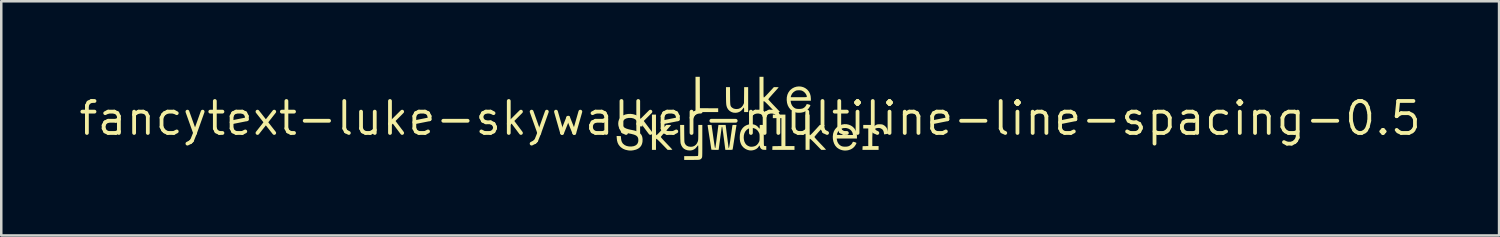
<source format=kicad_pcb>
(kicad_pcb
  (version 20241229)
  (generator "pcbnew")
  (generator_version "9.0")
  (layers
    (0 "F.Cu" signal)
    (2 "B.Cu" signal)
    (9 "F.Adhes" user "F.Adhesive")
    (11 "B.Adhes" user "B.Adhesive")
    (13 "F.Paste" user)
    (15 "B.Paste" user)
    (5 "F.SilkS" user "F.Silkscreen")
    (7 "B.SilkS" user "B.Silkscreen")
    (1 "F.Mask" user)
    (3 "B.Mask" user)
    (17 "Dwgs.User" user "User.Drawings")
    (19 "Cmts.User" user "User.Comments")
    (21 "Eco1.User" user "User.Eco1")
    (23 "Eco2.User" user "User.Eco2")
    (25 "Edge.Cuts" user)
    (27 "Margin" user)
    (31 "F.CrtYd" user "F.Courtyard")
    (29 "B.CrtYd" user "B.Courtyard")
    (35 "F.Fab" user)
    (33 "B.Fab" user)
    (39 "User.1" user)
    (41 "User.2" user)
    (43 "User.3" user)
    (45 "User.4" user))
  (footprint "fancytext-luke-skywalker-multiline-line-spacing-0.5"
    (layer "F.Cu")
    (at 26.738 1.65)
    (property "Reference" "fancytext-luke-skywalker-multiline-line-spacing-0.5" (at 0 0 0) (layer "F.SilkS") (effects (font (size 1.27 1.27) (thickness 0.15))))
    (attr board_only exclude_from_pos_files exclude_from_bom)
    (fp_poly (pts (xy -2.17 -0.95) (xy -2.17 -1.65) (xy -2.085 -1.65) (xy -2 -1.65) (xy -1.998 -1.028) (xy -1.995 -0.405) (xy -1.633 -0.402) (xy -1.27 -0.4) (xy -1.27 -0.325) (xy -1.27 -0.25) (xy -1.72 -0.25) (xy -2.17 -0.25) (xy -2.17 -0.95)) (stroke (width 0) (type solid)) (fill yes) (layer "F.SilkS"))
    (fp_poly (pts (xy 0.882 1.177) (xy 0.885 1.105) (xy 1.062 1.102) (xy 1.24 1.1) (xy 1.24 0.545) (xy 1.24 -0.01) (xy 1.07 -0.01) (xy 0.9 -0.01) (xy 0.9 -0.08) (xy 0.9 -0.15) (xy 1.15 -0.15) (xy 1.4 -0.15) (xy 1.4 0.475) (xy 1.4 1.1) (xy 1.58 1.1) (xy 1.76 1.1) (xy 1.76 1.175) (xy 1.76 1.25) (xy 1.32 1.25) (xy 0.879 1.25) (xy 0.882 1.177)) (stroke (width 0) (type solid)) (fill yes) (layer "F.SilkS"))
    (fp_poly (pts (xy -0.683 -0.231) (xy -0.754 -0.257) (xy -0.819 -0.299) (xy -0.872 -0.352) (xy -0.911 -0.415) (xy -0.912 -0.417) (xy -0.924 -0.447) (xy -0.934 -0.478) (xy -0.943 -0.513) (xy -0.949 -0.552) (xy -0.953 -0.6) (xy -0.956 -0.658) (xy -0.958 -0.729) (xy -0.959 -0.814) (xy -0.96 -0.917) (xy -0.96 -1.24) (xy -0.881 -1.24) (xy -0.801 -1.24) (xy -0.798 -0.892) (xy -0.797 -0.792) (xy -0.796 -0.71) (xy -0.794 -0.643) (xy -0.791 -0.59) (xy -0.787 -0.548) (xy -0.781 -0.516) (xy -0.772 -0.491) (xy -0.762 -0.471) (xy -0.748 -0.454) (xy -0.732 -0.438) (xy -0.718 -0.426) (xy -0.667 -0.393) (xy -0.604 -0.375) (xy -0.537 -0.37) (xy -0.462 -0.379) (xy -0.394 -0.406) (xy -0.337 -0.45) (xy -0.291 -0.51) (xy -0.274 -0.542) (xy -0.245 -0.605) (xy -0.242 -0.922) (xy -0.239 -1.24) (xy -0.159 -1.24) (xy -0.08 -1.24) (xy -0.08 -0.745) (xy -0.08 -0.25) (xy -0.16 -0.25) (xy -0.24 -0.25) (xy -0.24 -0.34) (xy -0.241 -0.38) (xy -0.244 -0.411) (xy -0.247 -0.428) (xy -0.249 -0.43) (xy -0.259 -0.422) (xy -0.276 -0.402) (xy -0.296 -0.374) (xy -0.349 -0.312) (xy -0.413 -0.265) (xy -0.486 -0.235) (xy -0.566 -0.221) (xy -0.65 -0.225) (xy -0.683 -0.231)) (stroke (width 0) (type solid)) (fill yes) (layer "F.SilkS"))
    (fp_poly (pts (xy 0.37 -0.95) (xy 0.37 -1.65) (xy 0.45 -1.65) (xy 0.53 -1.65) (xy 0.53 -1.24) (xy 0.53 -1.139) (xy 0.53 -1.055) (xy 0.531 -0.989) (xy 0.531 -0.936) (xy 0.532 -0.897) (xy 0.534 -0.869) (xy 0.536 -0.85) (xy 0.538 -0.838) (xy 0.542 -0.832) (xy 0.546 -0.83) (xy 0.548 -0.83) (xy 0.559 -0.837) (xy 0.582 -0.858) (xy 0.616 -0.89) (xy 0.657 -0.933) (xy 0.706 -0.984) (xy 0.753 -1.035) (xy 0.941 -1.24) (xy 1.036 -1.24) (xy 1.076 -1.239) (xy 1.108 -1.237) (xy 1.127 -1.234) (xy 1.13 -1.232) (xy 1.124 -1.223) (xy 1.105 -1.201) (xy 1.077 -1.168) (xy 1.039 -1.126) (xy 0.995 -1.077) (xy 0.946 -1.022) (xy 0.925 -1) (xy 0.874 -0.943) (xy 0.828 -0.89) (xy 0.787 -0.844) (xy 0.755 -0.805) (xy 0.733 -0.777) (xy 0.721 -0.76) (xy 0.72 -0.757) (xy 0.727 -0.746) (xy 0.746 -0.723) (xy 0.776 -0.688) (xy 0.815 -0.645) (xy 0.861 -0.595) (xy 0.913 -0.54) (xy 0.948 -0.504) (xy 1.002 -0.447) (xy 1.053 -0.395) (xy 1.097 -0.348) (xy 1.133 -0.31) (xy 1.16 -0.281) (xy 1.175 -0.263) (xy 1.178 -0.259) (xy 1.171 -0.255) (xy 1.146 -0.252) (xy 1.109 -0.251) (xy 1.083 -0.251) (xy 0.985 -0.251) (xy 0.78 -0.465) (xy 0.714 -0.534) (xy 0.66 -0.588) (xy 0.618 -0.629) (xy 0.587 -0.657) (xy 0.565 -0.674) (xy 0.553 -0.68) (xy 0.552 -0.68) (xy 0.53 -0.68) (xy 0.53 -0.465) (xy 0.53 -0.25) (xy 0.45 -0.25) (xy 0.37 -0.25) (xy 0.37 -0.95)) (stroke (width 0) (type solid)) (fill yes) (layer "F.SilkS"))
    (fp_poly (pts (xy 4.462 1.177) (xy 4.465 1.105) (xy 4.577 1.102) (xy 4.69 1.099) (xy 4.69 0.75) (xy 4.69 0.4) (xy 4.59 0.4) (xy 4.49 0.4) (xy 4.49 0.33) (xy 4.49 0.26) (xy 4.67 0.26) (xy 4.85 0.26) (xy 4.85 0.326) (xy 4.851 0.359) (xy 4.854 0.381) (xy 4.859 0.388) (xy 4.869 0.379) (xy 4.887 0.359) (xy 4.902 0.34) (xy 4.934 0.306) (xy 4.975 0.275) (xy 4.99 0.265) (xy 5.018 0.251) (xy 5.042 0.242) (xy 5.069 0.237) (xy 5.106 0.235) (xy 5.14 0.235) (xy 5.191 0.236) (xy 5.229 0.24) (xy 5.259 0.247) (xy 5.281 0.256) (xy 5.348 0.298) (xy 5.401 0.353) (xy 5.434 0.41) (xy 5.448 0.446) (xy 5.461 0.487) (xy 5.471 0.529) (xy 5.477 0.566) (xy 5.479 0.594) (xy 5.476 0.607) (xy 5.464 0.612) (xy 5.437 0.618) (xy 5.401 0.624) (xy 5.395 0.625) (xy 5.32 0.637) (xy 5.315 0.601) (xy 5.302 0.537) (xy 5.285 0.488) (xy 5.262 0.452) (xy 5.229 0.424) (xy 5.195 0.404) (xy 5.161 0.389) (xy 5.131 0.382) (xy 5.096 0.381) (xy 5.071 0.382) (xy 5.007 0.392) (xy 4.956 0.417) (xy 4.913 0.459) (xy 4.901 0.475) (xy 4.886 0.5) (xy 4.874 0.526) (xy 4.865 0.557) (xy 4.859 0.595) (xy 4.854 0.643) (xy 4.852 0.703) (xy 4.85 0.779) (xy 4.85 0.857) (xy 4.85 1.1) (xy 4.975 1.1) (xy 5.1 1.1) (xy 5.1 1.175) (xy 5.1 1.25) (xy 4.78 1.25) (xy 4.459 1.25) (xy 4.462 1.177)) (stroke (width 0) (type solid)) (fill yes) (layer "F.SilkS"))
    (fp_poly (pts (xy -3.9 0.55) (xy -3.9 -0.15) (xy -3.82 -0.15) (xy -3.74 -0.15) (xy -3.74 0.26) (xy -3.74 0.361) (xy -3.74 0.445) (xy -3.739 0.512) (xy -3.739 0.564) (xy -3.738 0.603) (xy -3.736 0.631) (xy -3.734 0.65) (xy -3.731 0.662) (xy -3.728 0.668) (xy -3.724 0.67) (xy -3.723 0.67) (xy -3.711 0.662) (xy -3.689 0.642) (xy -3.656 0.61) (xy -3.616 0.569) (xy -3.571 0.52) (xy -3.521 0.466) (xy -3.52 0.465) (xy -3.335 0.262) (xy -3.237 0.261) (xy -3.195 0.261) (xy -3.163 0.263) (xy -3.145 0.266) (xy -3.142 0.269) (xy -3.149 0.278) (xy -3.168 0.301) (xy -3.197 0.334) (xy -3.235 0.376) (xy -3.279 0.426) (xy -3.328 0.481) (xy -3.345 0.499) (xy -3.396 0.555) (xy -3.442 0.608) (xy -3.482 0.654) (xy -3.514 0.692) (xy -3.536 0.72) (xy -3.547 0.736) (xy -3.548 0.738) (xy -3.542 0.75) (xy -3.522 0.776) (xy -3.488 0.816) (xy -3.441 0.867) (xy -3.381 0.931) (xy -3.321 0.995) (xy -3.266 1.053) (xy -3.215 1.106) (xy -3.171 1.152) (xy -3.135 1.191) (xy -3.109 1.22) (xy -3.093 1.238) (xy -3.09 1.242) (xy -3.099 1.246) (xy -3.124 1.248) (xy -3.16 1.25) (xy -3.184 1.25) (xy -3.278 1.25) (xy -3.491 1.03) (xy -3.548 0.971) (xy -3.6 0.92) (xy -3.645 0.876) (xy -3.681 0.842) (xy -3.707 0.82) (xy -3.721 0.81) (xy -3.722 0.81) (xy -3.728 0.811) (xy -3.732 0.816) (xy -3.736 0.828) (xy -3.738 0.848) (xy -3.739 0.88) (xy -3.74 0.925) (xy -3.74 0.987) (xy -3.74 1.03) (xy -3.74 1.25) (xy -3.82 1.25) (xy -3.9 1.25) (xy -3.9 0.55)) (stroke (width 0) (type solid)) (fill yes) (layer "F.SilkS"))
    (fp_poly (pts (xy 2.2 0.55) (xy 2.2 -0.15) (xy 2.28 -0.15) (xy 2.36 -0.15) (xy 2.36 0.26) (xy 2.36 0.361) (xy 2.36 0.445) (xy 2.361 0.512) (xy 2.361 0.564) (xy 2.362 0.603) (xy 2.364 0.631) (xy 2.366 0.65) (xy 2.369 0.662) (xy 2.372 0.668) (xy 2.376 0.67) (xy 2.377 0.67) (xy 2.389 0.662) (xy 2.411 0.642) (xy 2.444 0.61) (xy 2.484 0.569) (xy 2.529 0.52) (xy 2.579 0.466) (xy 2.58 0.465) (xy 2.765 0.262) (xy 2.863 0.261) (xy 2.905 0.261) (xy 2.937 0.263) (xy 2.955 0.266) (xy 2.958 0.269) (xy 2.951 0.278) (xy 2.932 0.301) (xy 2.903 0.334) (xy 2.865 0.376) (xy 2.821 0.426) (xy 2.772 0.481) (xy 2.755 0.499) (xy 2.704 0.555) (xy 2.658 0.608) (xy 2.618 0.654) (xy 2.586 0.692) (xy 2.564 0.72) (xy 2.553 0.736) (xy 2.552 0.738) (xy 2.558 0.75) (xy 2.578 0.776) (xy 2.612 0.816) (xy 2.659 0.867) (xy 2.719 0.931) (xy 2.779 0.995) (xy 2.834 1.053) (xy 2.885 1.106) (xy 2.929 1.152) (xy 2.965 1.191) (xy 2.991 1.22) (xy 3.007 1.238) (xy 3.01 1.242) (xy 3.001 1.246) (xy 2.976 1.248) (xy 2.94 1.25) (xy 2.916 1.25) (xy 2.822 1.25) (xy 2.609 1.03) (xy 2.552 0.971) (xy 2.5 0.92) (xy 2.455 0.876) (xy 2.419 0.842) (xy 2.393 0.82) (xy 2.379 0.81) (xy 2.378 0.81) (xy 2.372 0.811) (xy 2.368 0.816) (xy 2.364 0.828) (xy 2.362 0.848) (xy 2.361 0.88) (xy 2.36 0.925) (xy 2.36 0.987) (xy 2.36 1.03) (xy 2.36 1.25) (xy 2.28 1.25) (xy 2.2 1.25) (xy 2.2 0.55)) (stroke (width 0) (type solid)) (fill yes) (layer "F.SilkS"))
    (fp_poly (pts (xy 3.831 0.232) (xy 3.92 0.252) (xy 4.001 0.286) (xy 4.079 0.339) (xy 4.142 0.406) (xy 4.19 0.484) (xy 4.222 0.574) (xy 4.238 0.675) (xy 4.24 0.724) (xy 4.24 0.8) (xy 3.437 0.8) (xy 3.444 0.853) (xy 3.463 0.927) (xy 3.498 0.994) (xy 3.546 1.05) (xy 3.606 1.093) (xy 3.623 1.101) (xy 3.675 1.117) (xy 3.739 1.125) (xy 3.806 1.125) (xy 3.871 1.116) (xy 3.909 1.106) (xy 3.958 1.082) (xy 4.004 1.046) (xy 4.041 1.004) (xy 4.061 0.966) (xy 4.072 0.943) (xy 4.084 0.931) (xy 4.087 0.93) (xy 4.112 0.933) (xy 4.143 0.941) (xy 4.175 0.952) (xy 4.202 0.963) (xy 4.218 0.973) (xy 4.22 0.977) (xy 4.214 1.001) (xy 4.198 1.034) (xy 4.174 1.073) (xy 4.146 1.112) (xy 4.125 1.138) (xy 4.068 1.188) (xy 3.998 1.229) (xy 3.92 1.258) (xy 3.865 1.27) (xy 3.813 1.276) (xy 3.772 1.278) (xy 3.73 1.276) (xy 3.679 1.269) (xy 3.678 1.269) (xy 3.602 1.249) (xy 3.525 1.214) (xy 3.455 1.166) (xy 3.438 1.151) (xy 3.381 1.086) (xy 3.336 1.007) (xy 3.304 0.918) (xy 3.285 0.822) (xy 3.281 0.722) (xy 3.289 0.649) (xy 3.445 0.649) (xy 3.446 0.652) (xy 3.457 0.654) (xy 3.486 0.656) (xy 3.529 0.657) (xy 3.585 0.659) (xy 3.652 0.659) (xy 3.726 0.66) (xy 3.767 0.66) (xy 4.083 0.66) (xy 4.076 0.619) (xy 4.056 0.552) (xy 4.019 0.493) (xy 3.968 0.445) (xy 3.905 0.409) (xy 3.832 0.387) (xy 3.789 0.382) (xy 3.704 0.386) (xy 3.629 0.407) (xy 3.563 0.446) (xy 3.507 0.501) (xy 3.504 0.505) (xy 3.487 0.532) (xy 3.471 0.565) (xy 3.457 0.599) (xy 3.448 0.629) (xy 3.445 0.649) (xy 3.289 0.649) (xy 3.292 0.621) (xy 3.295 0.607) (xy 3.323 0.518) (xy 3.367 0.44) (xy 3.424 0.372) (xy 3.493 0.316) (xy 3.57 0.273) (xy 3.654 0.244) (xy 3.741 0.23)) (stroke (width 0) (type solid)) (fill yes) (layer "F.SilkS"))
    (fp_poly (pts (xy 2.015 -1.263) (xy 2.103 -1.241) (xy 2.185 -1.203) (xy 2.259 -1.148) (xy 2.274 -1.134) (xy 2.333 -1.062) (xy 2.375 -0.98) (xy 2.401 -0.888) (xy 2.41 -0.784) (xy 2.41 -0.775) (xy 2.41 -0.7) (xy 1.607 -0.7) (xy 1.613 -0.649) (xy 1.631 -0.576) (xy 1.664 -0.509) (xy 1.711 -0.451) (xy 1.767 -0.408) (xy 1.789 -0.396) (xy 1.835 -0.382) (xy 1.893 -0.375) (xy 1.957 -0.373) (xy 2.019 -0.379) (xy 2.074 -0.39) (xy 2.098 -0.399) (xy 2.157 -0.436) (xy 2.205 -0.488) (xy 2.228 -0.529) (xy 2.239 -0.552) (xy 2.246 -0.567) (xy 2.247 -0.568) (xy 2.256 -0.568) (xy 2.281 -0.563) (xy 2.314 -0.555) (xy 2.319 -0.554) (xy 2.36 -0.541) (xy 2.384 -0.53) (xy 2.39 -0.522) (xy 2.384 -0.498) (xy 2.367 -0.464) (xy 2.343 -0.425) (xy 2.315 -0.386) (xy 2.285 -0.351) (xy 2.274 -0.34) (xy 2.204 -0.286) (xy 2.126 -0.249) (xy 2.05 -0.231) (xy 1.989 -0.224) (xy 1.924 -0.222) (xy 1.867 -0.225) (xy 1.85 -0.227) (xy 1.809 -0.237) (xy 1.759 -0.254) (xy 1.71 -0.275) (xy 1.67 -0.297) (xy 1.665 -0.3) (xy 1.596 -0.359) (xy 1.538 -0.433) (xy 1.494 -0.517) (xy 1.466 -0.609) (xy 1.464 -0.617) (xy 1.451 -0.731) (xy 1.455 -0.837) (xy 1.456 -0.84) (xy 1.61 -0.84) (xy 1.93 -0.84) (xy 2.018 -0.84) (xy 2.089 -0.84) (xy 2.143 -0.841) (xy 2.184 -0.842) (xy 2.213 -0.843) (xy 2.232 -0.845) (xy 2.243 -0.848) (xy 2.248 -0.852) (xy 2.25 -0.857) (xy 2.25 -0.858) (xy 2.241 -0.908) (xy 2.217 -0.96) (xy 2.18 -1.01) (xy 2.134 -1.054) (xy 2.082 -1.087) (xy 2.051 -1.101) (xy 2.023 -1.109) (xy 1.991 -1.114) (xy 1.947 -1.115) (xy 1.935 -1.115) (xy 1.888 -1.114) (xy 1.854 -1.111) (xy 1.825 -1.103) (xy 1.795 -1.09) (xy 1.788 -1.087) (xy 1.723 -1.044) (xy 1.67 -0.987) (xy 1.632 -0.918) (xy 1.616 -0.868) (xy 1.61 -0.84) (xy 1.456 -0.84) (xy 1.477 -0.935) (xy 1.516 -1.023) (xy 1.572 -1.102) (xy 1.594 -1.126) (xy 1.667 -1.186) (xy 1.749 -1.23) (xy 1.836 -1.257) (xy 1.926 -1.268)) (stroke (width 0) (type solid)) (fill yes) (layer "F.SilkS"))
    (fp_poly (pts (xy -2.62 1.575) (xy -2.62 1.5) (xy -2.352 1.5) (xy -2.264 1.5) (xy -2.194 1.499) (xy -2.142 1.497) (xy -2.105 1.495) (xy -2.082 1.492) (xy -2.072 1.488) (xy -2.068 1.475) (xy -2.065 1.447) (xy -2.063 1.406) (xy -2.061 1.356) (xy -2.06 1.302) (xy -2.06 1.246) (xy -2.06 1.193) (xy -2.061 1.144) (xy -2.062 1.106) (xy -2.065 1.08) (xy -2.068 1.07) (xy -2.068 1.07) (xy -2.078 1.078) (xy -2.095 1.098) (xy -2.114 1.124) (xy -2.169 1.189) (xy -2.234 1.236) (xy -2.307 1.265) (xy -2.388 1.276) (xy -2.476 1.268) (xy -2.489 1.266) (xy -2.569 1.241) (xy -2.634 1.203) (xy -2.688 1.149) (xy -2.73 1.08) (xy -2.758 1.005) (xy -2.762 0.986) (xy -2.766 0.958) (xy -2.769 0.921) (xy -2.771 0.871) (xy -2.774 0.808) (xy -2.775 0.729) (xy -2.777 0.632) (xy -2.777 0.608) (xy -2.782 0.26) (xy -2.702 0.26) (xy -2.621 0.26) (xy -2.618 0.603) (xy -2.617 0.694) (xy -2.616 0.769) (xy -2.615 0.827) (xy -2.614 0.873) (xy -2.612 0.908) (xy -2.61 0.934) (xy -2.607 0.954) (xy -2.602 0.97) (xy -2.597 0.984) (xy -2.591 0.999) (xy -2.557 1.053) (xy -2.51 1.092) (xy -2.449 1.117) (xy -2.432 1.121) (xy -2.351 1.129) (xy -2.276 1.119) (xy -2.21 1.091) (xy -2.154 1.047) (xy -2.109 0.988) (xy -2.077 0.913) (xy -2.076 0.91) (xy -2.071 0.89) (xy -2.067 0.866) (xy -2.064 0.834) (xy -2.062 0.793) (xy -2.061 0.74) (xy -2.06 0.672) (xy -2.06 0.588) (xy -2.06 0.558) (xy -2.06 0.26) (xy -1.98 0.26) (xy -1.9 0.26) (xy -1.9 0.895) (xy -1.9 1.024) (xy -1.9 1.134) (xy -1.9 1.227) (xy -1.901 1.305) (xy -1.901 1.369) (xy -1.902 1.42) (xy -1.903 1.461) (xy -1.904 1.493) (xy -1.906 1.517) (xy -1.909 1.534) (xy -1.911 1.548) (xy -1.915 1.558) (xy -1.918 1.567) (xy -1.921 1.571) (xy -1.948 1.608) (xy -1.983 1.631) (xy -1.997 1.636) (xy -2.012 1.64) (xy -2.032 1.644) (xy -2.058 1.646) (xy -2.093 1.648) (xy -2.14 1.649) (xy -2.201 1.649) (xy -2.278 1.65) (xy -2.322 1.65) (xy -2.62 1.65) (xy -2.62 1.575)) (stroke (width 0) (type solid)) (fill yes) (layer "F.SilkS"))
    (fp_poly (pts (xy 0.088 0.233) (xy 0.162 0.248) (xy 0.231 0.277) (xy 0.289 0.319) (xy 0.322 0.355) (xy 0.343 0.382) (xy 0.361 0.401) (xy 0.37 0.408) (xy 0.375 0.401) (xy 0.379 0.376) (xy 0.38 0.336) (xy 0.38 0.26) (xy 0.54 0.26) (xy 0.54 0.668) (xy 0.54 0.777) (xy 0.541 0.867) (xy 0.542 0.94) (xy 0.543 0.997) (xy 0.545 1.038) (xy 0.547 1.067) (xy 0.55 1.083) (xy 0.552 1.088) (xy 0.569 1.096) (xy 0.597 1.1) (xy 0.602 1.1) (xy 0.64 1.1) (xy 0.64 1.25) (xy 0.575 1.25) (xy 0.535 1.248) (xy 0.498 1.242) (xy 0.477 1.236) (xy 0.435 1.209) (xy 0.403 1.168) (xy 0.386 1.121) (xy 0.386 1.121) (xy 0.379 1.091) (xy 0.369 1.082) (xy 0.356 1.091) (xy 0.346 1.107) (xy 0.307 1.163) (xy 0.252 1.209) (xy 0.186 1.244) (xy 0.112 1.266) (xy 0.034 1.275) (xy -0.04 1.269) (xy -0.123 1.245) (xy -0.202 1.205) (xy -0.27 1.152) (xy -0.326 1.088) (xy -0.349 1.051) (xy -0.378 0.986) (xy -0.398 0.919) (xy -0.41 0.844) (xy -0.413 0.761) (xy -0.256 0.761) (xy -0.251 0.831) (xy -0.231 0.917) (xy -0.197 0.989) (xy -0.15 1.048) (xy -0.089 1.092) (xy -0.015 1.121) (xy -0.015 1.121) (xy 0.032 1.127) (xy 0.088 1.125) (xy 0.146 1.115) (xy 0.196 1.099) (xy 0.206 1.095) (xy 0.264 1.056) (xy 0.314 1) (xy 0.352 0.934) (xy 0.362 0.911) (xy 0.368 0.888) (xy 0.372 0.86) (xy 0.374 0.822) (xy 0.375 0.771) (xy 0.375 0.755) (xy 0.375 0.7) (xy 0.373 0.66) (xy 0.37 0.631) (xy 0.364 0.607) (xy 0.356 0.584) (xy 0.349 0.57) (xy 0.311 0.504) (xy 0.264 0.453) (xy 0.205 0.414) (xy 0.198 0.41) (xy 0.126 0.385) (xy 0.052 0.379) (xy -0.021 0.39) (xy -0.09 0.42) (xy -0.139 0.456) (xy -0.191 0.516) (xy -0.228 0.588) (xy -0.25 0.67) (xy -0.256 0.761) (xy -0.413 0.761) (xy -0.413 0.756) (xy -0.413 0.75) (xy -0.408 0.647) (xy -0.39 0.558) (xy -0.361 0.48) (xy -0.317 0.41) (xy -0.278 0.363) (xy -0.216 0.31) (xy -0.145 0.271) (xy -0.069 0.245) (xy 0.009 0.232)) (stroke (width 0) (type solid)) (fill yes) (layer "F.SilkS"))
    (fp_poly (pts (xy -4.855 1.269) (xy -4.957 1.246) (xy -5.05 1.207) (xy -5.131 1.151) (xy -5.173 1.111) (xy -5.225 1.044) (xy -5.262 0.969) (xy -5.286 0.882) (xy -5.297 0.792) (xy -5.303 0.699) (xy -5.219 0.702) (xy -5.135 0.705) (xy -5.128 0.792) (xy -5.117 0.87) (xy -5.096 0.935) (xy -5.063 0.989) (xy -5.042 1.013) (xy -4.982 1.061) (xy -4.909 1.095) (xy -4.824 1.114) (xy -4.73 1.118) (xy -4.711 1.117) (xy -4.627 1.105) (xy -4.559 1.079) (xy -4.506 1.041) (xy -4.468 0.991) (xy -4.446 0.929) (xy -4.44 0.867) (xy -4.444 0.811) (xy -4.457 0.764) (xy -4.481 0.724) (xy -4.517 0.691) (xy -4.566 0.663) (xy -4.632 0.64) (xy -4.715 0.618) (xy -4.787 0.604) (xy -4.892 0.582) (xy -4.979 0.556) (xy -5.05 0.526) (xy -5.108 0.49) (xy -5.155 0.448) (xy -5.187 0.407) (xy -5.216 0.348) (xy -5.234 0.277) (xy -5.239 0.202) (xy -5.232 0.128) (xy -5.212 0.06) (xy -5.206 0.045) (xy -5.173 -0.005) (xy -5.128 -0.055) (xy -5.077 -0.098) (xy -5.04 -0.12) (xy -4.951 -0.155) (xy -4.854 -0.174) (xy -4.753 -0.178) (xy -4.652 -0.166) (xy -4.555 -0.138) (xy -4.516 -0.122) (xy -4.44 -0.077) (xy -4.38 -0.021) (xy -4.332 0.049) (xy -4.324 0.065) (xy -4.305 0.106) (xy -4.293 0.14) (xy -4.287 0.177) (xy -4.283 0.224) (xy -4.282 0.229) (xy -4.277 0.32) (xy -4.364 0.32) (xy -4.45 0.32) (xy -4.45 0.264) (xy -4.455 0.198) (xy -4.473 0.143) (xy -4.505 0.094) (xy -4.512 0.085) (xy -4.565 0.037) (xy -4.629 0.004) (xy -4.704 -0.014) (xy -4.75 -0.018) (xy -4.837 -0.016) (xy -4.911 -0.000072) (xy -4.973 0.028) (xy -5.02 0.068) (xy -5.053 0.118) (xy -5.068 0.179) (xy -5.07 0.207) (xy -5.065 0.26) (xy -5.049 0.305) (xy -5.021 0.343) (xy -4.979 0.376) (xy -4.922 0.404) (xy -4.848 0.428) (xy -4.757 0.45) (xy -4.709 0.459) (xy -4.613 0.479) (xy -4.534 0.501) (xy -4.469 0.527) (xy -4.415 0.558) (xy -4.369 0.595) (xy -4.358 0.607) (xy -4.319 0.655) (xy -4.293 0.71) (xy -4.278 0.776) (xy -4.272 0.837) (xy -4.276 0.934) (xy -4.296 1.019) (xy -4.332 1.093) (xy -4.384 1.155) (xy -4.451 1.204) (xy -4.534 1.242) (xy -4.632 1.266) (xy -4.654 1.269) (xy -4.706 1.276) (xy -4.748 1.278) (xy -4.789 1.277) (xy -4.838 1.272) (xy -4.855 1.269)) (stroke (width 0) (type solid)) (fill yes) (layer "F.SilkS"))
    (fp_poly (pts (xy -1.54 1.242) (xy -1.542 1.231) (xy -1.546 1.202) (xy -1.553 1.158) (xy -1.562 1.099) (xy -1.573 1.028) (xy -1.585 0.948) (xy -1.599 0.859) (xy -1.614 0.764) (xy -1.615 0.76) (xy -1.63 0.665) (xy -1.644 0.575) (xy -1.657 0.494) (xy -1.668 0.422) (xy -1.677 0.362) (xy -1.684 0.316) (xy -1.688 0.285) (xy -1.69 0.273) (xy -1.69 0.273) (xy -1.683 0.266) (xy -1.661 0.262) (xy -1.621 0.26) (xy -1.612 0.26) (xy -1.533 0.26) (xy -1.469 0.711) (xy -1.456 0.804) (xy -1.443 0.891) (xy -1.431 0.97) (xy -1.421 1.038) (xy -1.412 1.095) (xy -1.405 1.138) (xy -1.4 1.165) (xy -1.398 1.173) (xy -1.388 1.179) (xy -1.384 1.178) (xy -1.382 1.167) (xy -1.377 1.138) (xy -1.37 1.093) (xy -1.362 1.035) (xy -1.352 0.964) (xy -1.341 0.884) (xy -1.33 0.796) (xy -1.32 0.718) (xy -1.308 0.625) (xy -1.296 0.539) (xy -1.286 0.461) (xy -1.278 0.393) (xy -1.27 0.337) (xy -1.265 0.295) (xy -1.262 0.27) (xy -1.261 0.263) (xy -1.251 0.262) (xy -1.225 0.261) (xy -1.186 0.26) (xy -1.138 0.26) (xy -1.117 0.26) (xy -0.974 0.26) (xy -0.916 0.718) (xy -0.904 0.811) (xy -0.893 0.898) (xy -0.882 0.977) (xy -0.873 1.046) (xy -0.866 1.102) (xy -0.86 1.145) (xy -0.856 1.171) (xy -0.854 1.179) (xy -0.849 1.181) (xy -0.845 1.175) (xy -0.839 1.161) (xy -0.833 1.137) (xy -0.826 1.101) (xy -0.818 1.053) (xy -0.808 0.989) (xy -0.796 0.91) (xy -0.782 0.814) (xy -0.771 0.735) (xy -0.758 0.644) (xy -0.745 0.558) (xy -0.734 0.48) (xy -0.724 0.412) (xy -0.716 0.356) (xy -0.71 0.315) (xy -0.706 0.289) (xy -0.705 0.282) (xy -0.701 0.271) (xy -0.692 0.265) (xy -0.675 0.261) (xy -0.644 0.26) (xy -0.62 0.26) (xy -0.58 0.26) (xy -0.557 0.262) (xy -0.546 0.266) (xy -0.543 0.273) (xy -0.545 0.282) (xy -0.548 0.297) (xy -0.553 0.329) (xy -0.561 0.376) (xy -0.57 0.437) (xy -0.582 0.51) (xy -0.595 0.591) (xy -0.609 0.68) (xy -0.62 0.755) (xy -0.635 0.848) (xy -0.648 0.936) (xy -0.661 1.016) (xy -0.672 1.086) (xy -0.681 1.145) (xy -0.689 1.189) (xy -0.693 1.218) (xy -0.695 1.228) (xy -0.698 1.236) (xy -0.704 1.242) (xy -0.715 1.246) (xy -0.736 1.249) (xy -0.769 1.25) (xy -0.818 1.25) (xy -0.843 1.25) (xy -0.986 1.25) (xy -1.044 0.797) (xy -1.057 0.704) (xy -1.068 0.617) (xy -1.079 0.539) (xy -1.089 0.47) (xy -1.097 0.413) (xy -1.104 0.37) (xy -1.109 0.344) (xy -1.111 0.336) (xy -1.123 0.331) (xy -1.125 0.332) (xy -1.127 0.342) (xy -1.132 0.37) (xy -1.138 0.413) (xy -1.146 0.468) (xy -1.155 0.534) (xy -1.165 0.607) (xy -1.176 0.686) (xy -1.187 0.768) (xy -1.198 0.85) (xy -1.209 0.931) (xy -1.22 1.008) (xy -1.229 1.078) (xy -1.237 1.139) (xy -1.243 1.189) (xy -1.248 1.225) (xy -1.25 1.245) (xy -1.25 1.248) (xy -1.259 1.249) (xy -1.284 1.25) (xy -1.321 1.251) (xy -1.364 1.25) (xy -1.411 1.25) (xy -1.456 1.248) (xy -1.495 1.247) (xy -1.524 1.245) (xy -1.539 1.243) (xy -1.54 1.242)) (stroke (width 0) (type solid)) (fill yes) (layer "F.SilkS")))
  (gr_rect
    (start -3 -3)
    (end 56.476 6.3)
    (stroke (width 0.1) (type default))
    (fill no)
    (layer "Edge.Cuts")))
</source>
